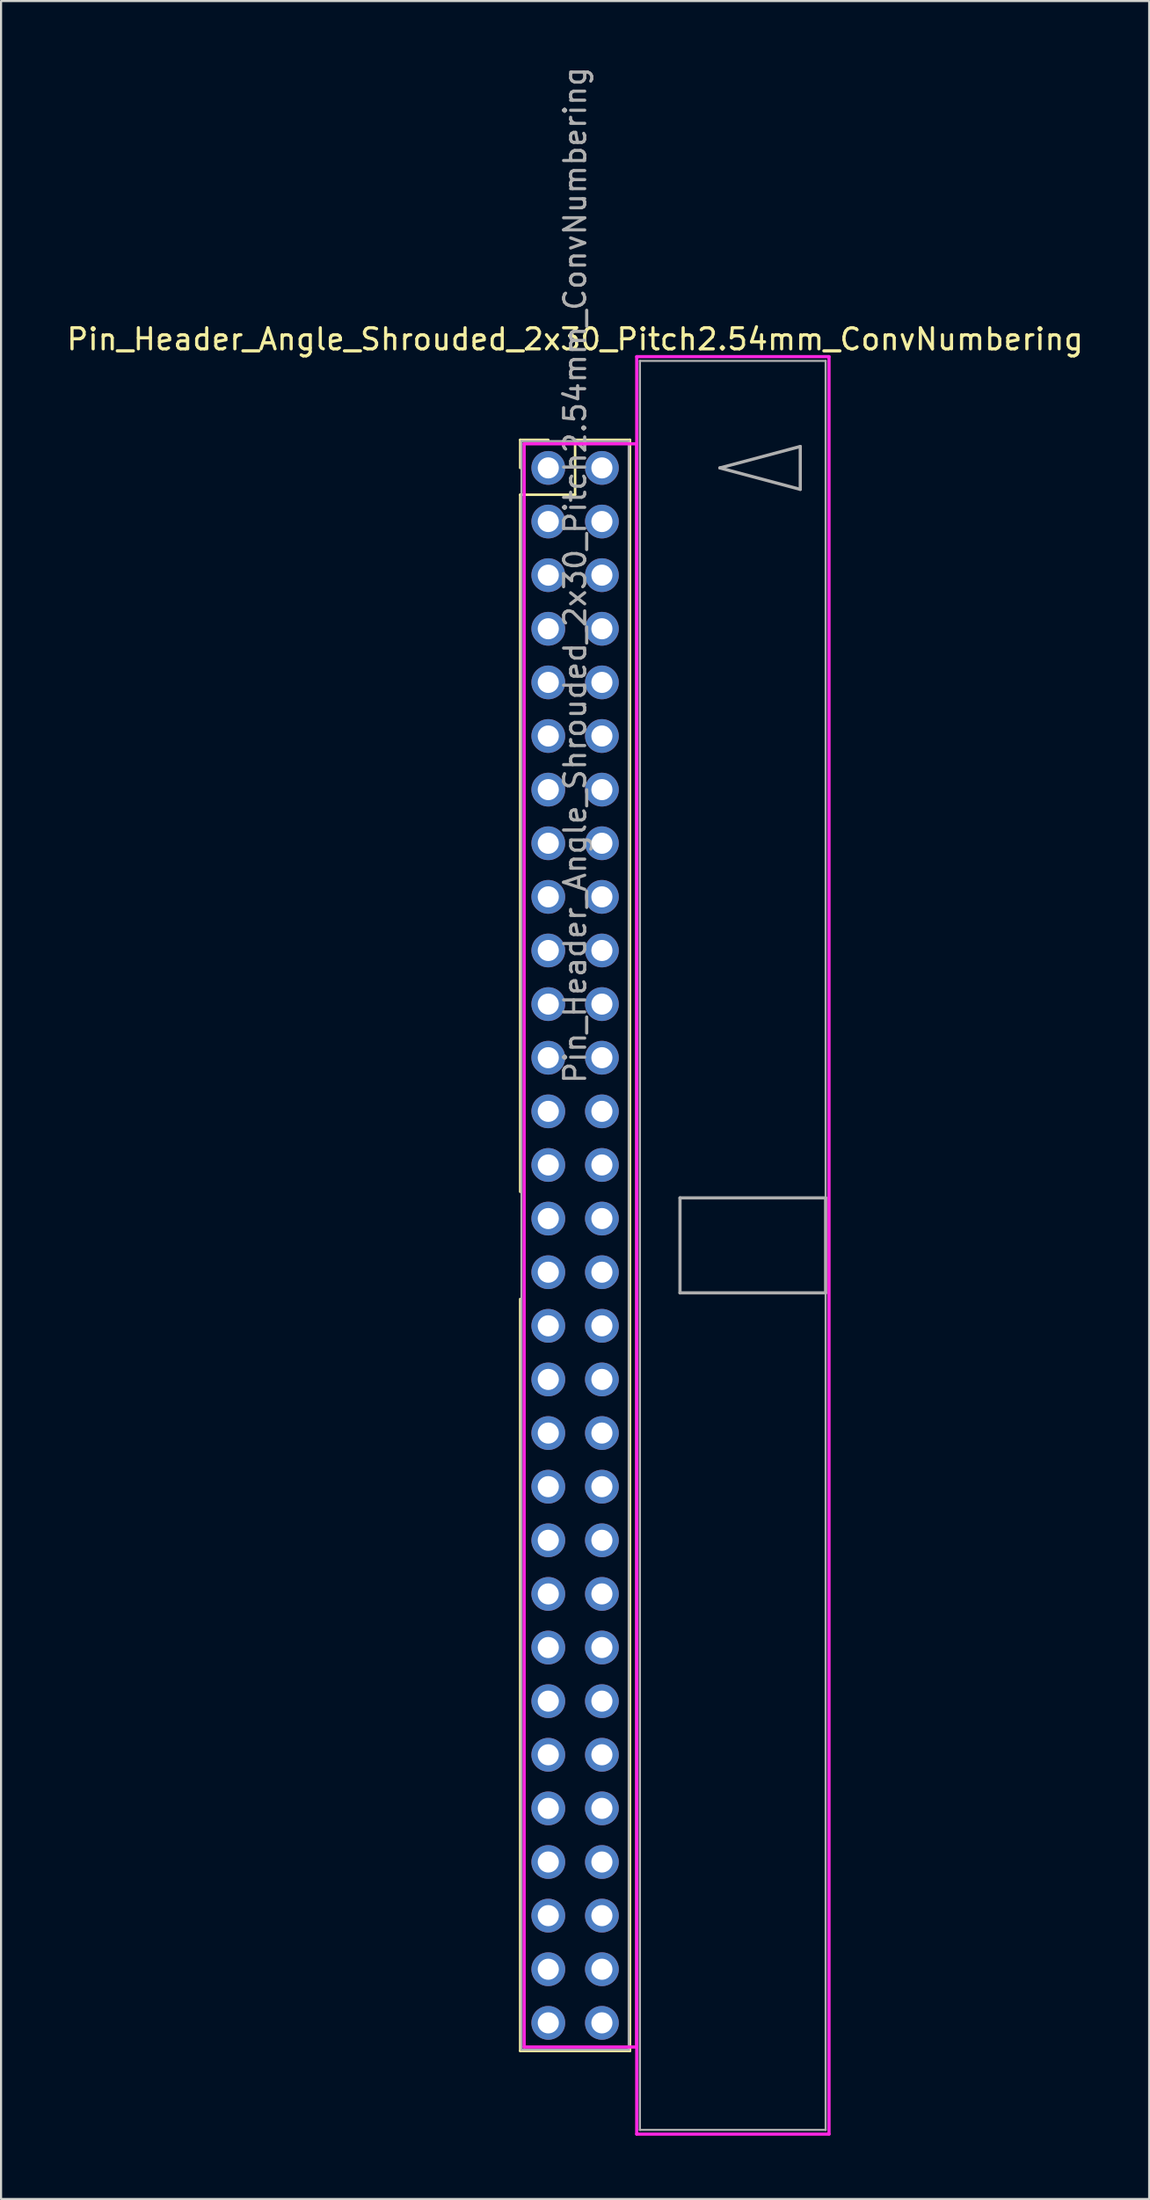
<source format=kicad_pcb>
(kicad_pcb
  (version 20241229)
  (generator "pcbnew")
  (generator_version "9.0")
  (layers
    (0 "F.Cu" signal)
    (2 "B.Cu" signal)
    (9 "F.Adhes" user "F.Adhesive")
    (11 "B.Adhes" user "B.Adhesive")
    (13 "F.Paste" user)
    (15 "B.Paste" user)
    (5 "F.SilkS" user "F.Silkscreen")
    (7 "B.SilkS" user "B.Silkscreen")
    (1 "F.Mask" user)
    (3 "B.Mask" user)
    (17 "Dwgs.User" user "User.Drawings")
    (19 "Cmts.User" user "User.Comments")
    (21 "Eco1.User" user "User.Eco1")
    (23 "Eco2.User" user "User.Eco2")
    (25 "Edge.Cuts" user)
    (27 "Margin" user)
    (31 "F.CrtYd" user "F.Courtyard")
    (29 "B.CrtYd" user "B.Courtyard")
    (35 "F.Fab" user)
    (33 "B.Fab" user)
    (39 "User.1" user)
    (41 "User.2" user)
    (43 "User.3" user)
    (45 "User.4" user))
  (footprint "Pin_Header_Angle_Shrouded_2x30_Pitch2.54mm_ConvNumbering"
    (layer "F.Cu")
    (at 22.926 19.116)
    (property "Reference" "Pin_Header_Angle_Shrouded_2x30_Pitch2.54mm_ConvNumbering" (at 1.27 -6.096 0) (layer "F.SilkS") (effects (font (size 1 1) (thickness 0.15))))
    (attr through_hole)
    (fp_line (start -1.33 -1.33) (end 0 -1.33) (stroke (width 0.12) (type solid)) (layer "F.SilkS"))
    (fp_line (start -1.33 0) (end -1.33 -1.33) (stroke (width 0.12) (type solid)) (layer "F.SilkS"))
    (fp_line (start -1.33 1.27) (end -1.33 34.29) (stroke (width 0.12) (type solid)) (layer "F.SilkS"))
    (fp_line (start -1.33 1.27) (end 1.27 1.27) (stroke (width 0.12) (type solid)) (layer "F.SilkS"))
    (fp_line (start -1.33 39.37) (end -1.33 74.99) (stroke (width 0.12) (type solid)) (layer "F.SilkS"))
    (fp_line (start -1.33 74.99) (end 3.87 74.99) (stroke (width 0.12) (type solid)) (layer "F.SilkS"))
    (fp_line (start 1.27 -1.33) (end 3.87 -1.33) (stroke (width 0.12) (type solid)) (layer "F.SilkS"))
    (fp_line (start 1.27 1.27) (end 1.27 -1.33) (stroke (width 0.12) (type solid)) (layer "F.SilkS"))
    (fp_line (start 3.87 -1.33) (end 3.87 74.99) (stroke (width 0.12) (type solid)) (layer "F.SilkS"))
    (fp_line (start -1.143 -1.143) (end -1.143 74.803) (stroke (width 0.15) (type solid)) (layer "F.CrtYd"))
    (fp_line (start -1.143 74.803) (end 4.19 74.803) (stroke (width 0.15) (type solid)) (layer "F.CrtYd"))
    (fp_line (start 4.19 -5.27) (end 4.19 78.93) (stroke (width 0.15) (type solid)) (layer "F.CrtYd"))
    (fp_line (start 4.19 -1.143) (end -1.143 -1.143) (stroke (width 0.15) (type solid)) (layer "F.CrtYd"))
    (fp_line (start 4.19 74.803) (end 4.19 -1.143) (stroke (width 0.15) (type solid)) (layer "F.CrtYd"))
    (fp_line (start 4.19 78.93) (end 13.3 78.93) (stroke (width 0.15) (type solid)) (layer "F.CrtYd"))
    (fp_line (start 13.3 -5.27) (end 4.19 -5.27) (stroke (width 0.15) (type solid)) (layer "F.CrtYd"))
    (fp_line (start 13.3 78.93) (end 13.3 -5.27) (stroke (width 0.15) (type solid)) (layer "F.CrtYd"))
    (fp_line (start -1.27 -1.27) (end -1.27 74.93) (stroke (width 0.1) (type solid)) (layer "F.Fab"))
    (fp_line (start -1.27 74.93) (end 3.81 74.93) (stroke (width 0.1) (type solid)) (layer "F.Fab"))
    (fp_line (start 3.81 -1.27) (end -1.27 -1.27) (stroke (width 0.1) (type solid)) (layer "F.Fab"))
    (fp_line (start 3.81 74.93) (end 3.81 -1.27) (stroke (width 0.1) (type solid)) (layer "F.Fab"))
    (fp_line (start 4.34 -5.07) (end 4.34 78.73) (stroke (width 0.1) (type solid)) (layer "F.Fab"))
    (fp_line (start 4.34 78.73) (end 13.14 78.73) (stroke (width 0.1) (type solid)) (layer "F.Fab"))
    (fp_line (start 6.24 34.58) (end 6.24 39.08) (stroke (width 0.15) (type solid)) (layer "F.Fab"))
    (fp_line (start 6.24 39.08) (end 13.14 39.08) (stroke (width 0.15) (type solid)) (layer "F.Fab"))
    (fp_line (start 8.128 0) (end 11.938 -1.016) (stroke (width 0.15) (type solid)) (layer "F.Fab"))
    (fp_line (start 11.938 -1.016) (end 11.938 1.016) (stroke (width 0.15) (type solid)) (layer "F.Fab"))
    (fp_line (start 11.938 1.016) (end 8.128 0) (stroke (width 0.15) (type solid)) (layer "F.Fab"))
    (fp_line (start 13.14 -5.07) (end 4.34 -5.07) (stroke (width 0.1) (type solid)) (layer "F.Fab"))
    (fp_line (start 13.14 34.58) (end 6.24 34.58) (stroke (width 0.15) (type solid)) (layer "F.Fab"))
    (fp_line (start 13.14 39.08) (end 13.14 34.58) (stroke (width 0.15) (type solid)) (layer "F.Fab"))
    (fp_line (start 13.14 78.73) (end 13.14 -5.07) (stroke (width 0.1) (type solid)) (layer "F.Fab"))
    (fp_text user "${REFERENCE}" (at 1.27 5.08 90) (layer "F.Fab") (effects (font (size 1 1) (thickness 0.15))))
    (pad "1" thru_hole oval (at 0 0) (size 1.6 1.6) (drill 1) (layers "*.Cu" "*.Mask"))
    (pad "2" thru_hole oval (at 2.54 0) (size 1.6 1.6) (drill 1) (layers "*.Cu" "*.Mask"))
    (pad "3" thru_hole oval (at 0 2.54) (size 1.6 1.6) (drill 1) (layers "*.Cu" "*.Mask"))
    (pad "4" thru_hole oval (at 2.54 2.54) (size 1.6 1.6) (drill 1) (layers "*.Cu" "*.Mask"))
    (pad "5" thru_hole oval (at 0 5.08) (size 1.6 1.6) (drill 1) (layers "*.Cu" "*.Mask"))
    (pad "6" thru_hole oval (at 2.54 5.08) (size 1.6 1.6) (drill 1) (layers "*.Cu" "*.Mask"))
    (pad "7" thru_hole oval (at 0 7.62) (size 1.6 1.6) (drill 1) (layers "*.Cu" "*.Mask"))
    (pad "8" thru_hole oval (at 2.54 7.62) (size 1.6 1.6) (drill 1) (layers "*.Cu" "*.Mask"))
    (pad "9" thru_hole oval (at 0 10.16) (size 1.6 1.6) (drill 1) (layers "*.Cu" "*.Mask"))
    (pad "10" thru_hole oval (at 2.54 10.16) (size 1.6 1.6) (drill 1) (layers "*.Cu" "*.Mask"))
    (pad "11" thru_hole oval (at 0 12.7) (size 1.6 1.6) (drill 1) (layers "*.Cu" "*.Mask"))
    (pad "12" thru_hole oval (at 2.54 12.7) (size 1.6 1.6) (drill 1) (layers "*.Cu" "*.Mask"))
    (pad "13" thru_hole oval (at 0 15.24) (size 1.6 1.6) (drill 1) (layers "*.Cu" "*.Mask"))
    (pad "14" thru_hole oval (at 2.54 15.24) (size 1.6 1.6) (drill 1) (layers "*.Cu" "*.Mask"))
    (pad "15" thru_hole oval (at 0 17.78) (size 1.6 1.6) (drill 1) (layers "*.Cu" "*.Mask"))
    (pad "16" thru_hole oval (at 2.54 17.78) (size 1.6 1.6) (drill 1) (layers "*.Cu" "*.Mask"))
    (pad "17" thru_hole oval (at 0 20.32) (size 1.6 1.6) (drill 1) (layers "*.Cu" "*.Mask"))
    (pad "18" thru_hole oval (at 2.54 20.32) (size 1.6 1.6) (drill 1) (layers "*.Cu" "*.Mask"))
    (pad "19" thru_hole oval (at 0 22.86) (size 1.6 1.6) (drill 1) (layers "*.Cu" "*.Mask"))
    (pad "20" thru_hole oval (at 2.54 22.86) (size 1.6 1.6) (drill 1) (layers "*.Cu" "*.Mask"))
    (pad "21" thru_hole oval (at 0 25.4) (size 1.6 1.6) (drill 1) (layers "*.Cu" "*.Mask"))
    (pad "22" thru_hole oval (at 2.54 25.4) (size 1.6 1.6) (drill 1) (layers "*.Cu" "*.Mask"))
    (pad "23" thru_hole oval (at 0 27.94) (size 1.6 1.6) (drill 1) (layers "*.Cu" "*.Mask"))
    (pad "24" thru_hole oval (at 2.54 27.94) (size 1.6 1.6) (drill 1) (layers "*.Cu" "*.Mask"))
    (pad "25" thru_hole oval (at 0 30.48) (size 1.6 1.6) (drill 1) (layers "*.Cu" "*.Mask"))
    (pad "26" thru_hole oval (at 2.54 30.48) (size 1.6 1.6) (drill 1) (layers "*.Cu" "*.Mask"))
    (pad "27" thru_hole oval (at 0 33.02) (size 1.6 1.6) (drill 1) (layers "*.Cu" "*.Mask"))
    (pad "28" thru_hole oval (at 2.54 33.02) (size 1.6 1.6) (drill 1) (layers "*.Cu" "*.Mask"))
    (pad "29" thru_hole oval (at 0 35.56) (size 1.6 1.6) (drill 1) (layers "*.Cu" "*.Mask"))
    (pad "30" thru_hole oval (at 2.54 35.56) (size 1.6 1.6) (drill 1) (layers "*.Cu" "*.Mask"))
    (pad "31" thru_hole oval (at 0 38.1) (size 1.6 1.6) (drill 1) (layers "*.Cu" "*.Mask"))
    (pad "32" thru_hole oval (at 2.54 38.1) (size 1.6 1.6) (drill 1) (layers "*.Cu" "*.Mask"))
    (pad "33" thru_hole oval (at 0 40.64) (size 1.6 1.6) (drill 1) (layers "*.Cu" "*.Mask"))
    (pad "34" thru_hole oval (at 2.54 40.64) (size 1.6 1.6) (drill 1) (layers "*.Cu" "*.Mask"))
    (pad "35" thru_hole oval (at 0 43.18) (size 1.6 1.6) (drill 1) (layers "*.Cu" "*.Mask"))
    (pad "36" thru_hole oval (at 2.54 43.18) (size 1.6 1.6) (drill 1) (layers "*.Cu" "*.Mask"))
    (pad "37" thru_hole oval (at 0 45.72) (size 1.6 1.6) (drill 1) (layers "*.Cu" "*.Mask"))
    (pad "38" thru_hole oval (at 2.54 45.72) (size 1.6 1.6) (drill 1) (layers "*.Cu" "*.Mask"))
    (pad "39" thru_hole oval (at 0 48.26) (size 1.6 1.6) (drill 1) (layers "*.Cu" "*.Mask"))
    (pad "40" thru_hole oval (at 2.54 48.26) (size 1.6 1.6) (drill 1) (layers "*.Cu" "*.Mask"))
    (pad "41" thru_hole oval (at 0 50.8) (size 1.6 1.6) (drill 1) (layers "*.Cu" "*.Mask"))
    (pad "42" thru_hole oval (at 2.54 50.8) (size 1.6 1.6) (drill 1) (layers "*.Cu" "*.Mask"))
    (pad "43" thru_hole oval (at 0 53.34) (size 1.6 1.6) (drill 1) (layers "*.Cu" "*.Mask"))
    (pad "44" thru_hole oval (at 2.54 53.34) (size 1.6 1.6) (drill 1) (layers "*.Cu" "*.Mask"))
    (pad "45" thru_hole oval (at 0 55.88) (size 1.6 1.6) (drill 1) (layers "*.Cu" "*.Mask"))
    (pad "46" thru_hole oval (at 2.54 55.88) (size 1.6 1.6) (drill 1) (layers "*.Cu" "*.Mask"))
    (pad "47" thru_hole oval (at 0 58.42) (size 1.6 1.6) (drill 1) (layers "*.Cu" "*.Mask"))
    (pad "48" thru_hole oval (at 2.54 58.42) (size 1.6 1.6) (drill 1) (layers "*.Cu" "*.Mask"))
    (pad "49" thru_hole oval (at 0 60.96) (size 1.6 1.6) (drill 1) (layers "*.Cu" "*.Mask"))
    (pad "50" thru_hole oval (at 2.54 60.96) (size 1.6 1.6) (drill 1) (layers "*.Cu" "*.Mask"))
    (pad "51" thru_hole oval (at 0 63.5) (size 1.6 1.6) (drill 1) (layers "*.Cu" "*.Mask"))
    (pad "52" thru_hole oval (at 2.54 63.5) (size 1.6 1.6) (drill 1) (layers "*.Cu" "*.Mask"))
    (pad "53" thru_hole oval (at 0 66.04) (size 1.6 1.6) (drill 1) (layers "*.Cu" "*.Mask"))
    (pad "54" thru_hole oval (at 2.54 66.04) (size 1.6 1.6) (drill 1) (layers "*.Cu" "*.Mask"))
    (pad "55" thru_hole oval (at 0 68.58) (size 1.6 1.6) (drill 1) (layers "*.Cu" "*.Mask"))
    (pad "56" thru_hole oval (at 2.54 68.58) (size 1.6 1.6) (drill 1) (layers "*.Cu" "*.Mask"))
    (pad "57" thru_hole oval (at 0 71.12) (size 1.6 1.6) (drill 1) (layers "*.Cu" "*.Mask"))
    (pad "58" thru_hole oval (at 2.54 71.12) (size 1.6 1.6) (drill 1) (layers "*.Cu" "*.Mask"))
    (pad "59" thru_hole oval (at 0 73.66) (size 1.6 1.6) (drill 1) (layers "*.Cu" "*.Mask"))
    (pad "60" thru_hole oval (at 2.54 73.66) (size 1.6 1.6) (drill 1) (layers "*.Cu" "*.Mask")))
  (gr_rect
    (start -3 -3)
    (end 51.393 101.121)
    (stroke (width 0.1) (type default))
    (fill no)
    (layer "Edge.Cuts")))
</source>
